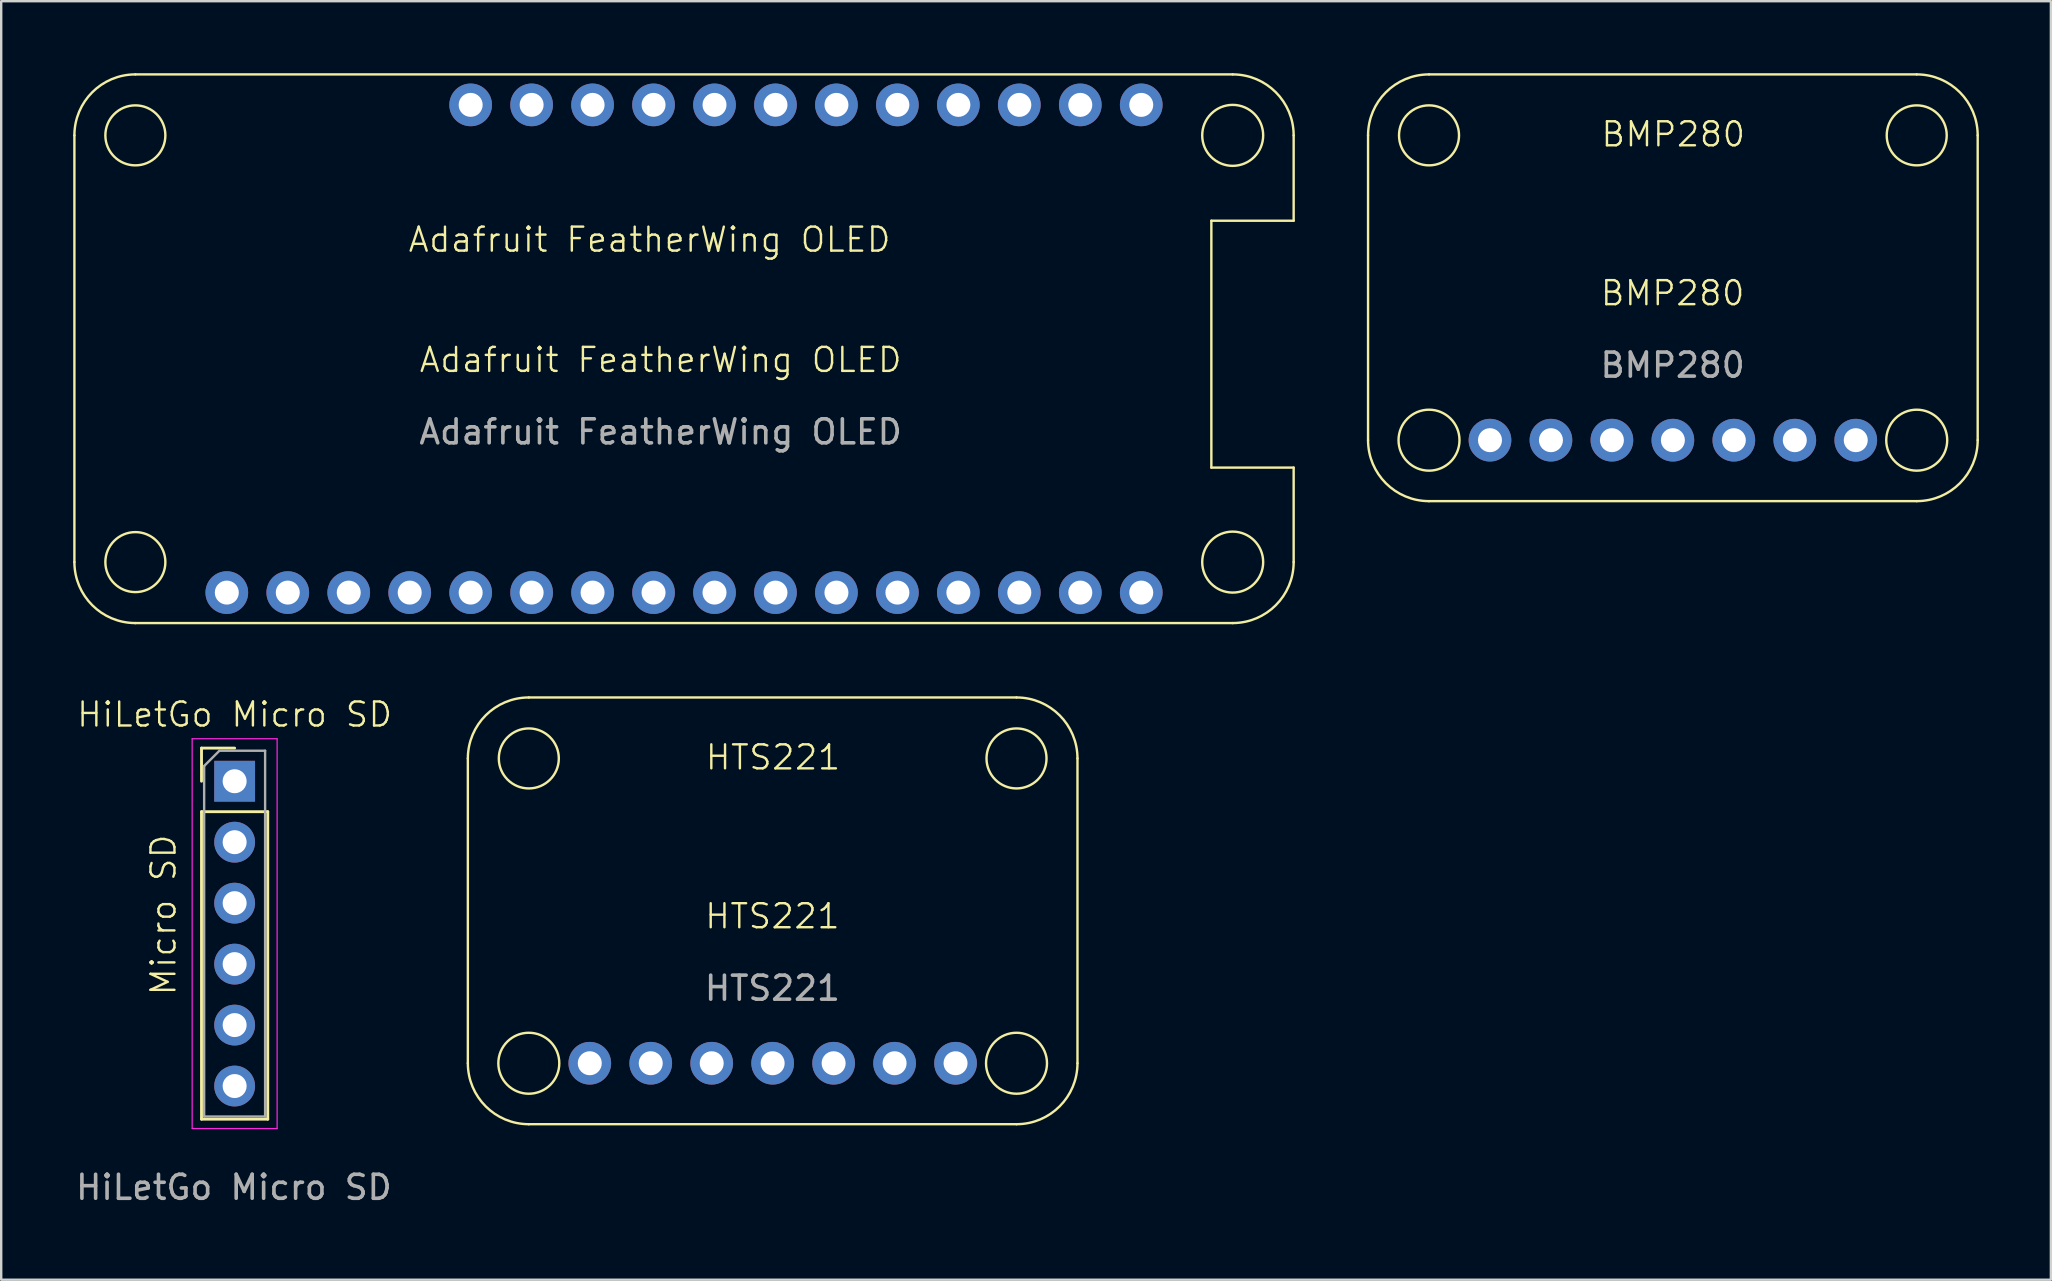
<source format=kicad_pcb>
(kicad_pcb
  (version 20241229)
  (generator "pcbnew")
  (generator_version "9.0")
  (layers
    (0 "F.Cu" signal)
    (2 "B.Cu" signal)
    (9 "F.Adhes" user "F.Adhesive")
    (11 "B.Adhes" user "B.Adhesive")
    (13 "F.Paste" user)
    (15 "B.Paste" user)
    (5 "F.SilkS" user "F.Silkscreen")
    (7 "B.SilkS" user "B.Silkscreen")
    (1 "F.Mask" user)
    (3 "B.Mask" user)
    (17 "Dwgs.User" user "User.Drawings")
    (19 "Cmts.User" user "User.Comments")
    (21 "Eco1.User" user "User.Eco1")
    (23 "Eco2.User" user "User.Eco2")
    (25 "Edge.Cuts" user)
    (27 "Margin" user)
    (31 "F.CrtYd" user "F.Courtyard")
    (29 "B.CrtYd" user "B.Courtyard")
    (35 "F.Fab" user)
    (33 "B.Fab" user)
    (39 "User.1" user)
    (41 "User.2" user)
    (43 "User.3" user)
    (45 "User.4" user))
  (footprint "HTS221"
    (layer "F.Cu")
    (at 29.133 35.625)
    (property "Reference" "HTS221" (at 0 -0.5 0) (unlocked yes) (layer "F.SilkS") (effects (font (size 1 1) (thickness 0.1))))
    (attr smd)
    (fp_line (start -12.69 -7.075) (end -12.69 5.625) (stroke (width 0.1) (type solid)) (layer "F.SilkS"))
    (fp_line (start 10.17 -9.615) (end -10.15 -9.615) (stroke (width 0.1) (type solid)) (layer "F.SilkS"))
    (fp_line (start 10.17 8.165) (end -10.15 8.165) (stroke (width 0.1) (type solid)) (layer "F.SilkS"))
    (fp_line (start 12.71 5.625) (end 12.71 -7.075) (stroke (width 0.1) (type solid)) (layer "F.SilkS"))
    (fp_arc (start -12.69 -7.075) (mid -11.946051 -8.871051) (end -10.15 -9.615) (stroke (width 0.1) (type default)) (layer "F.SilkS"))
    (fp_arc (start -10.15 8.165) (mid -11.946051 7.421051) (end -12.69 5.625) (stroke (width 0.1) (type default)) (layer "F.SilkS"))
    (fp_arc (start 10.17 -9.615) (mid 11.966051 -8.871051) (end 12.71 -7.075) (stroke (width 0.1) (type solid)) (layer "F.SilkS"))
    (fp_arc (start 12.71 5.625) (mid 11.966051 7.421051) (end 10.17 8.165) (stroke (width 0.1) (type solid)) (layer "F.SilkS"))
    (fp_circle (center -10.15 -7.075) (end -8.9 -7.075) (stroke (width 0.1) (type solid)) (fill no) (layer "F.SilkS"))
    (fp_circle (center -10.15 5.625) (end -8.88 5.625) (stroke (width 0.1) (type solid)) (fill no) (layer "F.SilkS"))
    (fp_circle (center 10.17 -7.075) (end 11.42 -7.075) (stroke (width 0.1) (type solid)) (fill no) (layer "F.SilkS"))
    (fp_circle (center 10.17 5.625) (end 11.44 5.625) (stroke (width 0.1) (type solid)) (fill no) (layer "F.SilkS"))
    (fp_text user "HTS221" (at -2.85 -6.535 0) (unlocked yes) (layer "F.SilkS") (effects (font (size 1 1) (thickness 0.1)) (justify left bottom)))
    (fp_text user "${REFERENCE}" (at 0 2.5 0) (unlocked yes) (layer "F.Fab") (effects (font (size 1 1) (thickness 0.15))))
    (pad "1" thru_hole circle (at -7.61 5.625) (size 1.778 1.778) (drill 1) (layers "*.Cu" "*.Mask"))
    (pad "2" thru_hole circle (at -5.07 5.625) (size 1.778 1.778) (drill 1) (layers "*.Cu" "*.Mask"))
    (pad "3" thru_hole circle (at -2.53 5.625) (size 1.778 1.778) (drill 1) (layers "*.Cu" "*.Mask"))
    (pad "4" thru_hole circle (at 0.01 5.625) (size 1.778 1.778) (drill 1) (layers "*.Cu" "*.Mask"))
    (pad "5" thru_hole circle (at 2.55 5.625) (size 1.778 1.778) (drill 1) (layers "*.Cu" "*.Mask"))
    (pad "6" thru_hole circle (at 5.09 5.625) (size 1.778 1.778) (drill 1) (layers "*.Cu" "*.Mask"))
    (pad "7" thru_hole circle (at 7.63 5.625) (size 1.778 1.778) (drill 1) (layers "*.Cu" "*.Mask")))
  (footprint "Adafruit FeatherWing OLED"
    (layer "F.Cu")
    (at 24.475 12.445)
    (property "Reference" "Adafruit FeatherWing OLED" (at 0 -0.5 0) (unlocked yes) (layer "F.SilkS") (effects (font (size 1 1) (thickness 0.1))))
    (attr smd)
    (fp_line (start -24.425 -9.855) (end -24.425 7.925) (stroke (width 0.1) (type solid)) (layer "F.SilkS"))
    (fp_line (start -21.885 10.465) (end 23.835 10.465) (stroke (width 0.1) (type solid)) (layer "F.SilkS"))
    (fp_line (start 22.946 -6.299) (end 26.375 -6.299) (stroke (width 0.1) (type solid)) (layer "F.SilkS"))
    (fp_line (start 22.946 3.988) (end 22.946 -6.299) (stroke (width 0.1) (type solid)) (layer "F.SilkS"))
    (fp_line (start 23.835 -12.395) (end -21.885 -12.395) (stroke (width 0.1) (type solid)) (layer "F.SilkS"))
    (fp_line (start 26.375 -6.299) (end 26.375 -9.855) (stroke (width 0.1) (type solid)) (layer "F.SilkS"))
    (fp_line (start 26.375 3.988) (end 22.946 3.988) (stroke (width 0.1) (type solid)) (layer "F.SilkS"))
    (fp_line (start 26.375 7.925) (end 26.375 3.988) (stroke (width 0.1) (type solid)) (layer "F.SilkS"))
    (fp_arc (start -24.425 -9.855) (mid -23.681051 -11.651051) (end -21.885 -12.395) (stroke (width 0.1) (type solid)) (layer "F.SilkS"))
    (fp_arc (start -21.885 10.465) (mid -23.681051 9.721051) (end -24.425 7.925) (stroke (width 0.1) (type solid)) (layer "F.SilkS"))
    (fp_arc (start 23.835 -12.395) (mid 25.631051 -11.651051) (end 26.375 -9.855) (stroke (width 0.1) (type solid)) (layer "F.SilkS"))
    (fp_arc (start 26.375 7.925) (mid 25.631051 9.721051) (end 23.835 10.465) (stroke (width 0.1) (type solid)) (layer "F.SilkS"))
    (fp_circle (center -21.885 -9.855) (end -20.635 -9.855) (stroke (width 0.1) (type solid)) (fill no) (layer "F.SilkS"))
    (fp_circle (center -21.885 7.925) (end -20.635 7.925) (stroke (width 0.1) (type solid)) (fill no) (layer "F.SilkS"))
    (fp_circle (center 23.835 -9.855) (end 25.105 -9.855) (stroke (width 0.1) (type solid)) (fill no) (layer "F.SilkS"))
    (fp_circle (center 23.835 7.925) (end 25.105 7.925) (stroke (width 0.1) (type solid)) (fill no) (layer "F.SilkS"))
    (fp_text user "Adafruit FeatherWing OLED" (at -10.575 -4.925 0) (unlocked yes) (layer "F.SilkS") (effects (font (size 1 1) (thickness 0.1)) (justify left bottom)))
    (fp_text user "${REFERENCE}" (at 0 2.5 0) (unlocked yes) (layer "F.Fab") (effects (font (size 1 1) (thickness 0.15))))
    (pad "1" thru_hole circle (at -18.075 9.195) (size 1.778 1.778) (drill 1) (layers "*.Cu"))
    (pad "2" thru_hole circle (at -15.535 9.195) (size 1.778 1.778) (drill 1) (layers "*.Cu"))
    (pad "3" thru_hole circle (at -12.995 9.195) (size 1.778 1.778) (drill 1) (layers "*.Cu"))
    (pad "4" thru_hole circle (at -10.455 9.195) (size 1.778 1.778) (drill 1) (layers "*.Cu"))
    (pad "5" thru_hole circle (at -7.915 9.195) (size 1.778 1.778) (drill 1) (layers "*.Cu"))
    (pad "6" thru_hole circle (at -5.375 9.195) (size 1.778 1.778) (drill 1) (layers "*.Cu"))
    (pad "7" thru_hole circle (at -2.835 9.195) (size 1.778 1.778) (drill 1) (layers "*.Cu"))
    (pad "8" thru_hole circle (at -0.295 9.195) (size 1.778 1.778) (drill 1) (layers "*.Cu"))
    (pad "9" thru_hole circle (at 2.245 9.195) (size 1.778 1.778) (drill 1) (layers "*.Cu"))
    (pad "10" thru_hole circle (at 4.785 9.195) (size 1.778 1.778) (drill 1) (layers "*.Cu"))
    (pad "11" thru_hole circle (at 7.325 9.195) (size 1.778 1.778) (drill 1) (layers "*.Cu"))
    (pad "12" thru_hole circle (at 9.865 9.195) (size 1.778 1.778) (drill 1) (layers "*.Cu"))
    (pad "13" thru_hole circle (at 12.405 9.195) (size 1.778 1.778) (drill 1) (layers "*.Cu"))
    (pad "14" thru_hole circle (at 14.945 9.195) (size 1.778 1.778) (drill 1) (layers "*.Cu"))
    (pad "15" thru_hole circle (at 17.485 9.195) (size 1.778 1.778) (drill 1) (layers "*.Cu"))
    (pad "16" thru_hole circle (at 20.025 9.195) (size 1.778 1.778) (drill 1) (layers "*.Cu"))
    (pad "17" thru_hole circle (at 20.025 -11.125) (size 1.778 1.778) (drill 1) (layers "*.Cu"))
    (pad "18" thru_hole circle (at 17.485 -11.125) (size 1.778 1.778) (drill 1) (layers "*.Cu"))
    (pad "19" thru_hole circle (at 14.945 -11.125) (size 1.778 1.778) (drill 1) (layers "*.Cu"))
    (pad "20" thru_hole circle (at 12.405 -11.125) (size 1.778 1.778) (drill 1) (layers "*.Cu"))
    (pad "21" thru_hole circle (at 9.865 -11.125) (size 1.778 1.778) (drill 1) (layers "*.Cu"))
    (pad "22" thru_hole circle (at 7.325 -11.125) (size 1.778 1.778) (drill 1) (layers "*.Cu"))
    (pad "23" thru_hole circle (at 4.785 -11.125) (size 1.778 1.778) (drill 1) (layers "*.Cu"))
    (pad "24" thru_hole circle (at 2.245 -11.125) (size 1.778 1.778) (drill 1) (layers "*.Cu"))
    (pad "25" thru_hole circle (at -0.295 -11.125) (size 1.778 1.778) (drill 1) (layers "*.Cu"))
    (pad "26" thru_hole circle (at -2.835 -11.125) (size 1.778 1.778) (drill 1) (layers "*.Cu"))
    (pad "27" thru_hole circle (at -5.375 -11.125) (size 1.778 1.778) (drill 1) (layers "*.Cu"))
    (pad "28" thru_hole circle (at -7.915 -11.125) (size 1.778 1.778) (drill 1) (layers "*.Cu")))
  (footprint "HiLetGo Micro SD"
    (layer "F.Cu")
    (at 6.696 43.92)
    (property "Reference" "HiLetGo Micro SD" (at 0.03 -17.2 0) (unlocked yes) (layer "F.SilkS") (effects (font (size 1 1) (thickness 0.1))))
    (attr smd)
    (fp_line (start -1.35 -15.8) (end 0.03 -15.8) (stroke (width 0.12) (type solid)) (layer "F.SilkS"))
    (fp_line (start -1.35 -14.42) (end -1.35 -15.8) (stroke (width 0.12) (type solid)) (layer "F.SilkS"))
    (fp_line (start -1.35 -13.15) (end -1.35 -0.34) (stroke (width 0.12) (type solid)) (layer "F.SilkS"))
    (fp_line (start -1.35 -13.15) (end 1.41 -13.15) (stroke (width 0.12) (type solid)) (layer "F.SilkS"))
    (fp_line (start -1.35 -0.34) (end 1.41 -0.34) (stroke (width 0.12) (type solid)) (layer "F.SilkS"))
    (fp_line (start 1.41 -13.15) (end 1.41 -0.34) (stroke (width 0.12) (type solid)) (layer "F.SilkS"))
    (fp_line (start -1.74 -16.19) (end -1.74 0.05) (stroke (width 0.05) (type solid)) (layer "F.CrtYd"))
    (fp_line (start -1.74 0.05) (end 1.8 0.05) (stroke (width 0.05) (type solid)) (layer "F.CrtYd"))
    (fp_line (start 1.8 -16.19) (end -1.74 -16.19) (stroke (width 0.05) (type solid)) (layer "F.CrtYd"))
    (fp_line (start 1.8 0.05) (end 1.8 -16.19) (stroke (width 0.05) (type solid)) (layer "F.CrtYd"))
    (fp_line (start -1.24 -15.055) (end -0.605 -15.69) (stroke (width 0.1) (type solid)) (layer "F.Fab"))
    (fp_line (start -1.24 -0.45) (end -1.24 -15.055) (stroke (width 0.1) (type solid)) (layer "F.Fab"))
    (fp_line (start -0.605 -15.69) (end 1.3 -15.69) (stroke (width 0.1) (type solid)) (layer "F.Fab"))
    (fp_line (start 1.3 -15.69) (end 1.3 -0.45) (stroke (width 0.1) (type solid)) (layer "F.Fab"))
    (fp_line (start 1.3 -0.45) (end -1.24 -0.45) (stroke (width 0.1) (type solid)) (layer "F.Fab"))
    (fp_text user "Micro SD" (at -2.35 -5.425 90) (unlocked yes) (layer "F.SilkS") (effects (font (size 1 1) (thickness 0.1)) (justify left bottom)))
    (fp_text user "${REFERENCE}" (at 0 2.5 0) (unlocked yes) (layer "F.Fab") (effects (font (size 1 1) (thickness 0.15))))
    (pad "1" thru_hole rect (at 0.03 -14.42) (size 1.7 1.7) (drill 1) (layers "*.Cu" "*.Mask"))
    (pad "2" thru_hole circle (at 0.03 -11.88) (size 1.7 1.7) (drill 1) (layers "*.Cu" "*.Mask"))
    (pad "3" thru_hole circle (at 0.03 -9.34) (size 1.7 1.7) (drill 1) (layers "*.Cu" "*.Mask"))
    (pad "4" thru_hole circle (at 0.03 -6.8) (size 1.7 1.7) (drill 1) (layers "*.Cu" "*.Mask"))
    (pad "5" thru_hole circle (at 0.03 -4.26) (size 1.7 1.7) (drill 1) (layers "*.Cu" "*.Mask"))
    (pad "6" thru_hole circle (at 0.03 -1.72) (size 1.7 1.7) (drill 1) (layers "*.Cu" "*.Mask")))
  (footprint "BMP280"
    (layer "F.Cu")
    (at 66.64 9.665)
    (property "Reference" "BMP280" (at 0 -0.5 0) (unlocked yes) (layer "F.SilkS") (effects (font (size 1 1) (thickness 0.1))))
    (attr smd)
    (fp_line (start -12.69 -7.075) (end -12.69 5.625) (stroke (width 0.1) (type solid)) (layer "F.SilkS"))
    (fp_line (start 10.17 -9.615) (end -10.15 -9.615) (stroke (width 0.1) (type solid)) (layer "F.SilkS"))
    (fp_line (start 10.17 8.165) (end -10.15 8.165) (stroke (width 0.1) (type solid)) (layer "F.SilkS"))
    (fp_line (start 12.71 5.625) (end 12.71 -7.075) (stroke (width 0.1) (type solid)) (layer "F.SilkS"))
    (fp_arc (start -12.69 -7.075) (mid -11.946051 -8.871051) (end -10.15 -9.615) (stroke (width 0.1) (type default)) (layer "F.SilkS"))
    (fp_arc (start -10.15 8.165) (mid -11.946051 7.421051) (end -12.69 5.625) (stroke (width 0.1) (type default)) (layer "F.SilkS"))
    (fp_arc (start 10.17 -9.615) (mid 11.966051 -8.871051) (end 12.71 -7.075) (stroke (width 0.1) (type solid)) (layer "F.SilkS"))
    (fp_arc (start 12.71 5.625) (mid 11.966051 7.421051) (end 10.17 8.165) (stroke (width 0.1) (type solid)) (layer "F.SilkS"))
    (fp_circle (center -10.15 -7.075) (end -8.9 -7.075) (stroke (width 0.1) (type solid)) (fill no) (layer "F.SilkS"))
    (fp_circle (center -10.15 5.625) (end -8.88 5.625) (stroke (width 0.1) (type solid)) (fill no) (layer "F.SilkS"))
    (fp_circle (center 10.17 -7.075) (end 11.42 -7.075) (stroke (width 0.1) (type solid)) (fill no) (layer "F.SilkS"))
    (fp_circle (center 10.17 5.625) (end 11.44 5.625) (stroke (width 0.1) (type solid)) (fill no) (layer "F.SilkS"))
    (fp_text user "BMP280" (at -3.04 -6.535 0) (unlocked yes) (layer "F.SilkS") (effects (font (size 1 1) (thickness 0.1)) (justify left bottom)))
    (fp_text user "${REFERENCE}" (at 0 2.5 0) (unlocked yes) (layer "F.Fab") (effects (font (size 1 1) (thickness 0.15))))
    (pad "1" thru_hole circle (at -7.61 5.625) (size 1.778 1.778) (drill 1) (layers "*.Cu" "*.Mask"))
    (pad "2" thru_hole circle (at -5.07 5.625) (size 1.778 1.778) (drill 1) (layers "*.Cu" "*.Mask"))
    (pad "3" thru_hole circle (at -2.53 5.625) (size 1.778 1.778) (drill 1) (layers "*.Cu" "*.Mask"))
    (pad "4" thru_hole circle (at 0.01 5.625) (size 1.778 1.778) (drill 1) (layers "*.Cu" "*.Mask"))
    (pad "5" thru_hole circle (at 2.55 5.625) (size 1.778 1.778) (drill 1) (layers "*.Cu" "*.Mask"))
    (pad "6" thru_hole circle (at 5.09 5.625) (size 1.778 1.778) (drill 1) (layers "*.Cu" "*.Mask"))
    (pad "7" thru_hole circle (at 7.63 5.625) (size 1.778 1.778) (drill 1) (layers "*.Cu" "*.Mask")))
  (gr_rect
    (start -3 -3)
    (end 82.4 50.269)
    (stroke (width 0.1) (type default))
    (fill no)
    (layer "Edge.Cuts")))
</source>
